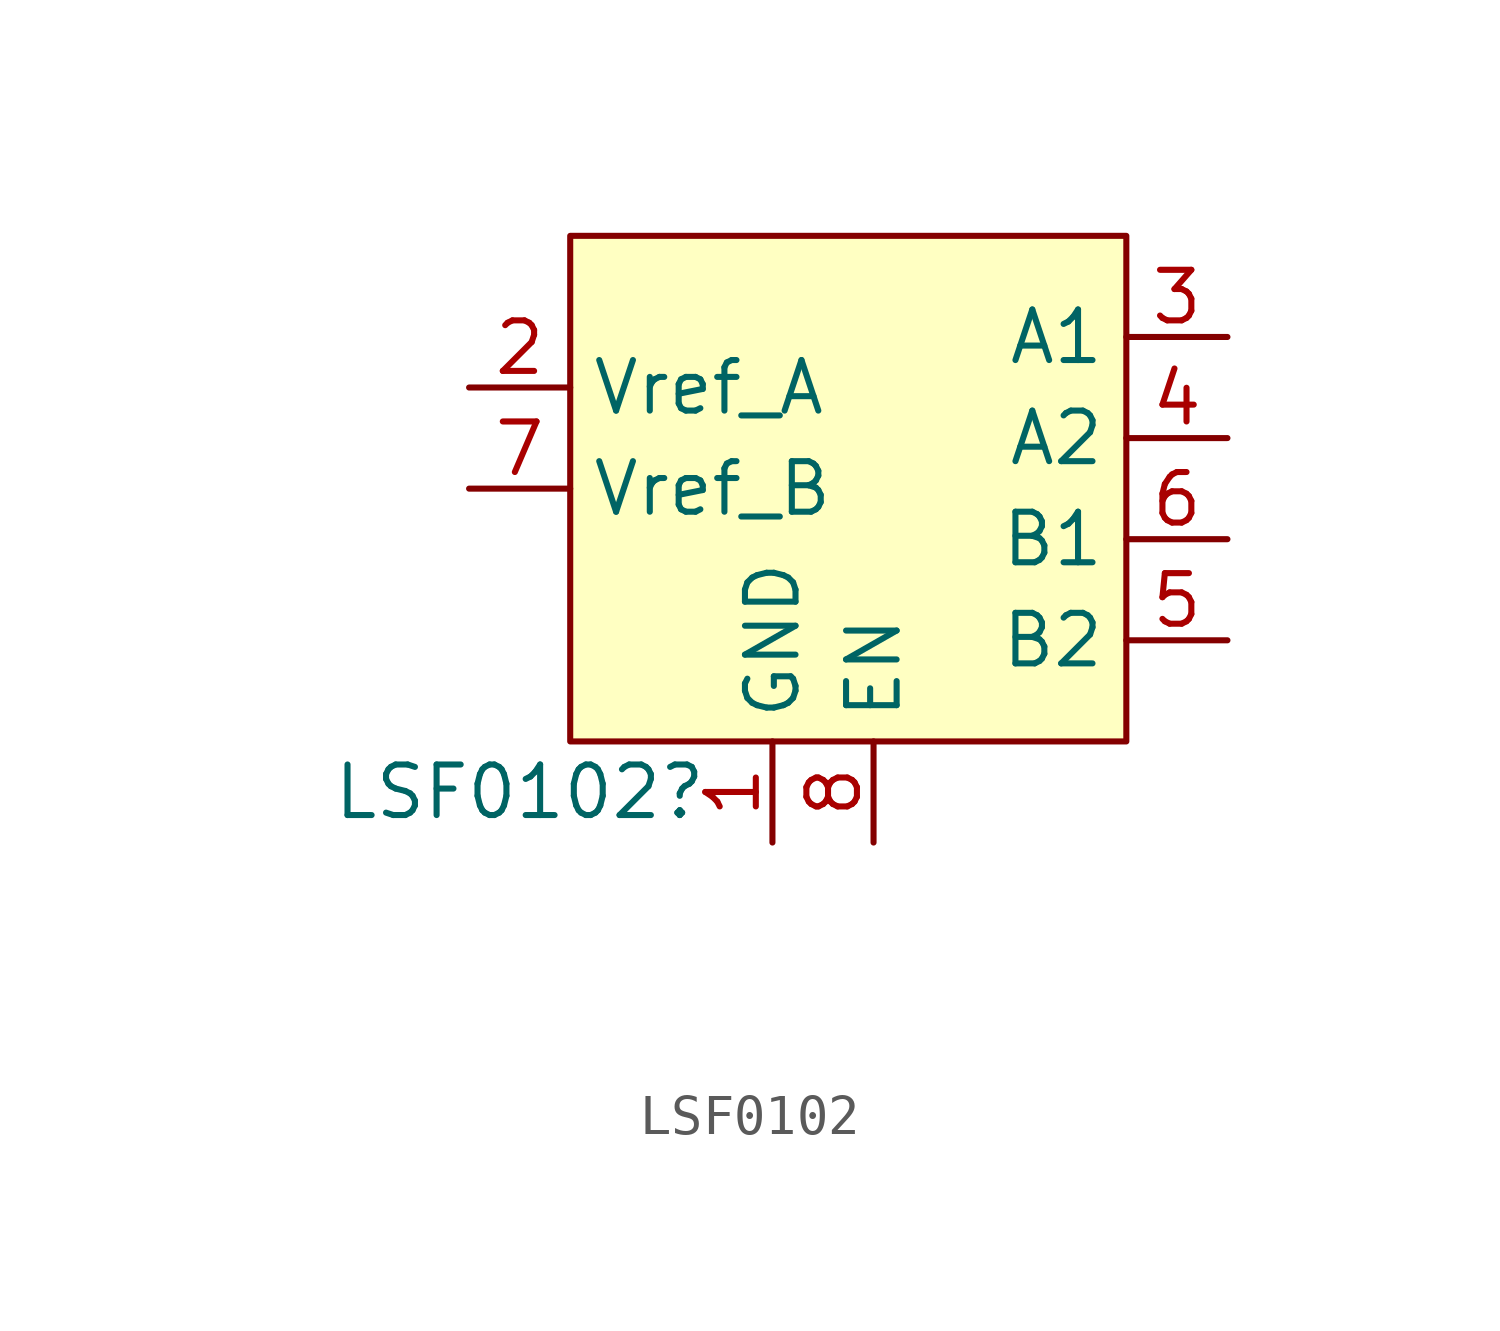
<source format=kicad_sym>
(kicad_symbol_lib
  (version 20220914)
  (generator kicad_symbol_editor)
  (symbol "LSF0102"
    (property "Reference" "LSF0102"
      (at -8.89 -1.27 0)
      (effects (font (size 1.27 1.27))))
    (property "Value" ""
      (at -15.24 -6.35 0)
      (effects (font (size 1.27 1.27))))
    (symbol "LSF0102_1_1"
      (rectangle (start -7.62 12.7) (end 6.35 0) (stroke (width 0) (type default)) (fill (type background)))
      (pin power_in line (at -2.54 -2.54 90) (length 2.54) (name "GND" (effects (font (size 1.27 1.27)))) (number "1" (effects (font (size 1.27 1.27)))))
      (pin power_in line (at -10.16 8.89 0) (length 2.54) (name "Vref_A" (effects (font (size 1.27 1.27)))) (number "2" (effects (font (size 1.27 1.27)))))
      (pin bidirectional line (at 8.89 10.16 180) (length 2.54) (name "A1" (effects (font (size 1.27 1.27)))) (number "3" (effects (font (size 1.27 1.27)))))
      (pin bidirectional line (at 8.89 7.62 180) (length 2.54) (name "A2" (effects (font (size 1.27 1.27)))) (number "4" (effects (font (size 1.27 1.27)))))
      (pin bidirectional line (at 8.89 2.54 180) (length 2.54) (name "B2" (effects (font (size 1.27 1.27)))) (number "5" (effects (font (size 1.27 1.27)))))
      (pin bidirectional line (at 8.89 5.08 180) (length 2.54) (name "B1" (effects (font (size 1.27 1.27)))) (number "6" (effects (font (size 1.27 1.27)))))
      (pin power_in line (at -10.16 6.35 0) (length 2.54) (name "Vref_B" (effects (font (size 1.27 1.27)))) (number "7" (effects (font (size 1.27 1.27)))))
      (pin input line (at 0 -2.54 90) (length 2.54) (name "EN" (effects (font (size 1.27 1.27)))) (number "8" (effects (font (size 1.27 1.27))))))))
</source>
